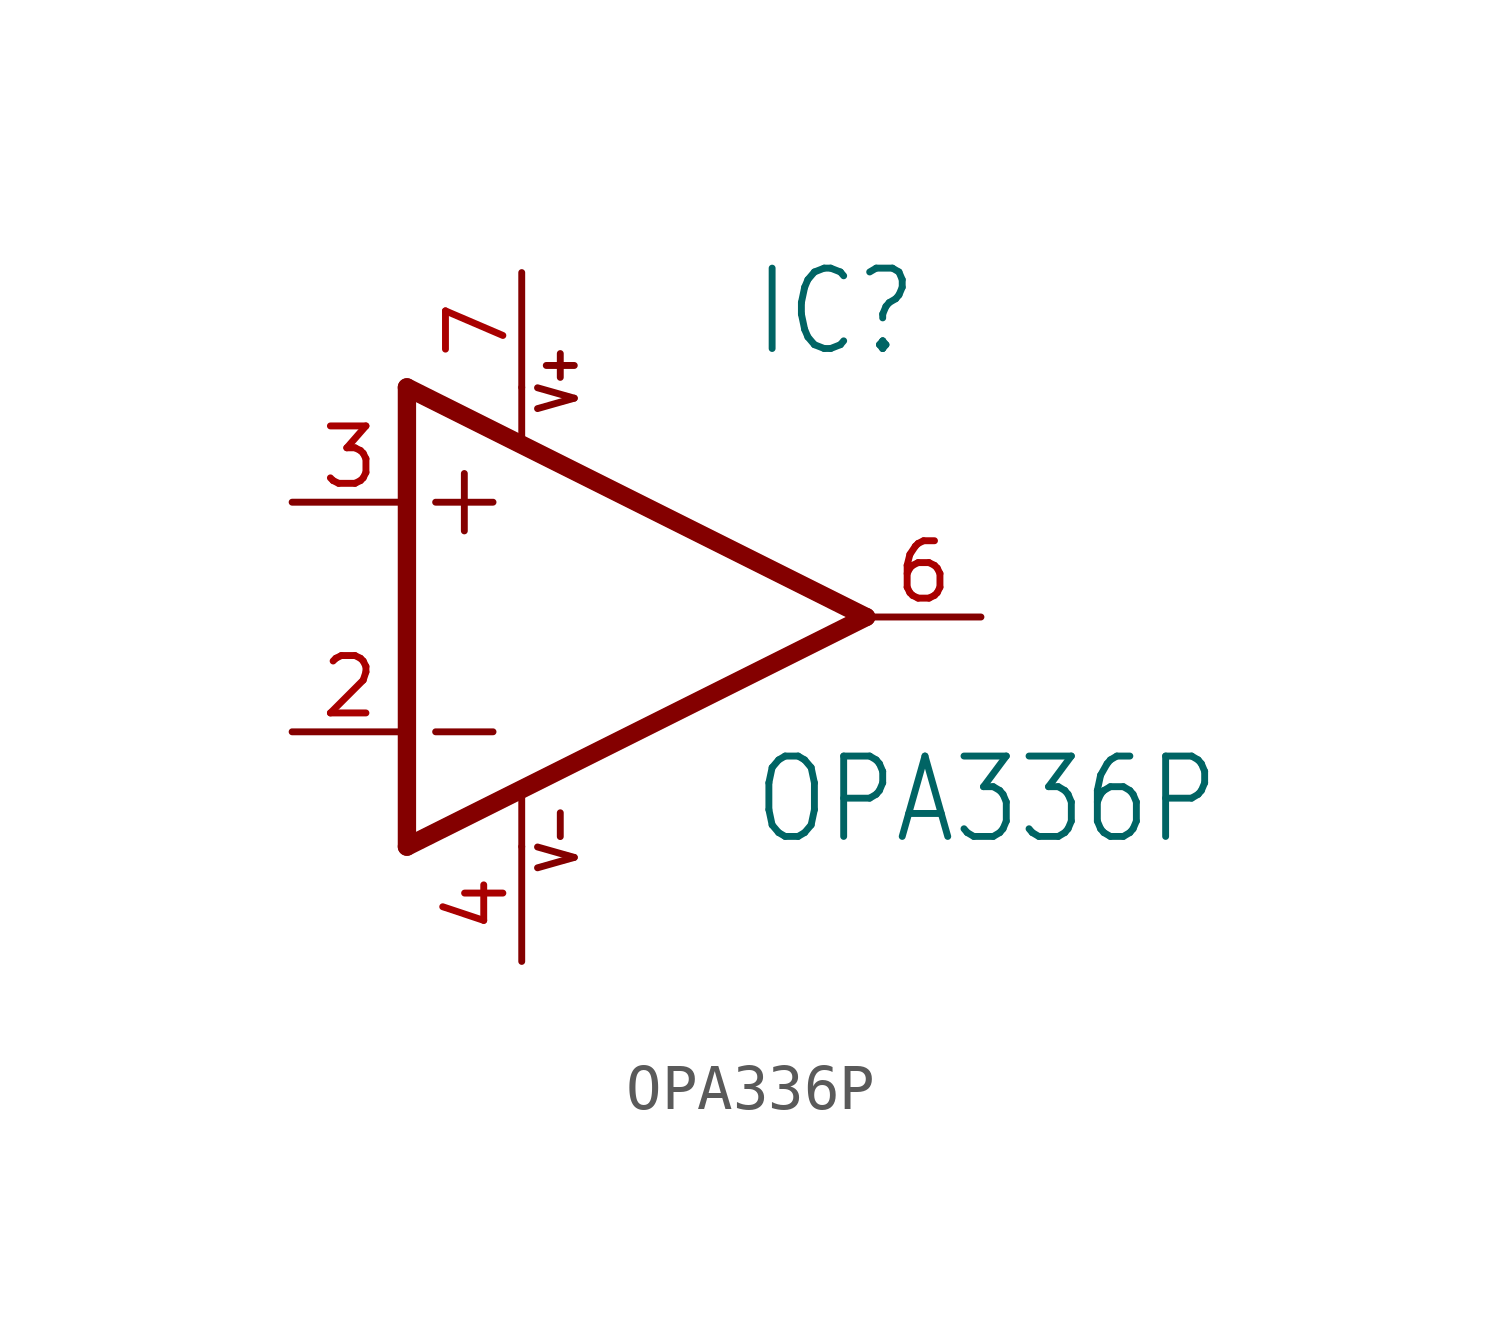
<source format=kicad_sym>
(kicad_symbol_lib
  (version 20201005)
  (generator kicad_symbol_editor)
  (symbol "OPA336P"
    (property "Reference" "IC"
      (at 2.54 5.715 0)
      (effects (font (size 1.778 1.511)) (justify left bottom)))
    (property "Value" "OPA336P"
      (at 2.54 -5.08 0)
      (effects (font (size 1.778 1.511)) (justify left bottom)))
    (property "ki_locked" ""
      (at 0 0 0)
      (effects (font (size 1.27 1.27))))
    (symbol "OPA336P_1_0"
      (text "V+" (at -1.27 4.445 900) (effects (font (size 0.813 0.691)) (justify left bottom)))
      (text "V-" (at -1.27 -5.715 900) (effects (font (size 0.813 0.691)) (justify left bottom)))
      (polyline (pts (xy -3.81 3.175) (xy -3.81 1.905)) (stroke (width 0.152)) (fill (type none)))
      (polyline (pts (xy -4.445 2.54) (xy -3.175 2.54)) (stroke (width 0.152)) (fill (type none)))
      (polyline (pts (xy -4.445 -2.54) (xy -3.175 -2.54)) (stroke (width 0.152)) (fill (type none)))
      (polyline (pts (xy -2.54 5.08) (xy -2.54 3.886)) (stroke (width 0.152)) (fill (type none)))
      (polyline (pts (xy -2.54 -3.912) (xy -2.54 -5.08)) (stroke (width 0.152)) (fill (type none)))
      (polyline (pts (xy 5.08 0) (xy -5.08 5.08)) (stroke (width 0.406)) (fill (type none)))
      (polyline (pts (xy -5.08 5.08) (xy -5.08 -5.08)) (stroke (width 0.406)) (fill (type none)))
      (polyline (pts (xy -5.08 -5.08) (xy 5.08 0)) (stroke (width 0.406)) (fill (type none)))
      (pin input line (at -7.62 -2.54 0) (length 2.54) (name "-IN" (effects (font (size 0 0)))) (number "2" (effects (font (size 1.27 1.27)))))
      (pin input line (at -7.62 2.54 0) (length 2.54) (name "+IN" (effects (font (size 0 0)))) (number "3" (effects (font (size 1.27 1.27)))))
      (pin output line (at 7.62 0 180) (length 2.54) (name "OUT" (effects (font (size 0 0)))) (number "6" (effects (font (size 1.27 1.27)))))
      (pin power_in line (at -2.54 7.62 270) (length 2.54) (name "V+" (effects (font (size 0 0)))) (number "7" (effects (font (size 1.27 1.27)))))
      (pin power_in line (at -2.54 -7.62 90) (length 2.54) (name "V-" (effects (font (size 0 0)))) (number "4" (effects (font (size 1.27 1.27))))))))
</source>
